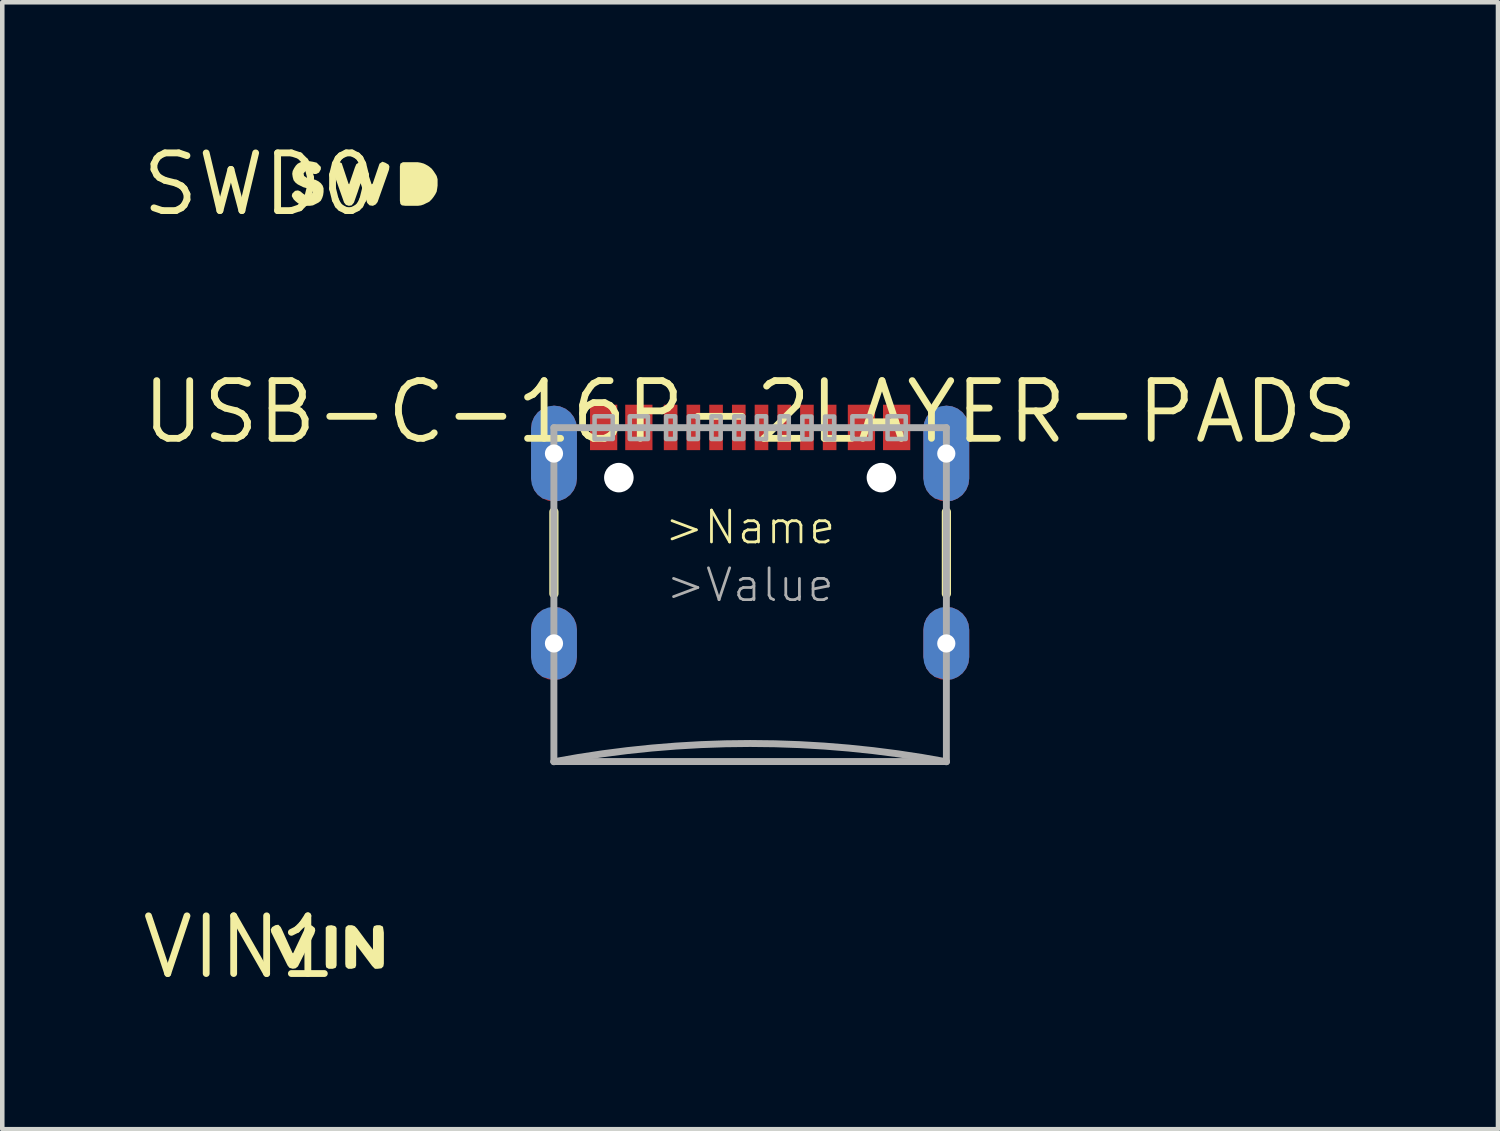
<source format=kicad_pcb>
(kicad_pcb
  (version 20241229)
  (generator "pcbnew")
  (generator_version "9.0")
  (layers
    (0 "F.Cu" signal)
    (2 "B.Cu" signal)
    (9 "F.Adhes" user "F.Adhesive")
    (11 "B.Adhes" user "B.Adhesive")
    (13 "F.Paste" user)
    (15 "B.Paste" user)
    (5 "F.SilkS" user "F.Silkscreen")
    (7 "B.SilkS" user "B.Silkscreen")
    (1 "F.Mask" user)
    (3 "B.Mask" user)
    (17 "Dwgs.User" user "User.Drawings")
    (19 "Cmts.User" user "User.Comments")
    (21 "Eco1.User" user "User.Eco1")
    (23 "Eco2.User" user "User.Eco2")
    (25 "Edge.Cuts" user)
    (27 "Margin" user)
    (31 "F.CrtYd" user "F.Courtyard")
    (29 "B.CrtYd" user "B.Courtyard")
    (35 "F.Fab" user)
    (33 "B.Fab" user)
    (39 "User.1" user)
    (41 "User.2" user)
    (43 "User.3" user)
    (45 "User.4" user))
  (footprint "USB-C-16P-2LAYER-PADS"
    (layer "F.Cu")
    (at 13.463 6.019)
    (property "Reference" "USB-C-16P-2LAYER-PADS" (at 0 0 0) (layer "F.SilkS") (effects (font (size 1.27 1.27) (thickness 0.15))))
    (fp_poly (pts (xy -4.187 -0.123) (xy -4.065 -0.072) (xy -3.961 0.008) (xy -3.881 0.112) (xy -3.83 0.234) (xy -3.813 0.365) (xy -3.813 1.465) (xy -3.83 1.596) (xy -3.881 1.718) (xy -3.961 1.822) (xy -4.065 1.902) (xy -4.187 1.953) (xy -4.318 1.97) (xy -4.449 1.953) (xy -4.571 1.902) (xy -4.675 1.822) (xy -4.756 1.717) (xy -4.823 1.466) (xy -4.823 0.365) (xy -4.806 0.234) (xy -4.755 0.112) (xy -4.675 0.008) (xy -4.57 -0.073) (xy -4.318 -0.14)) (stroke (width 0) (type solid)) (fill yes) (layer "F.Cu"))
    (fp_poly (pts (xy -4.187 4.307) (xy -4.065 4.358) (xy -3.961 4.438) (xy -3.881 4.542) (xy -3.83 4.664) (xy -3.813 4.795) (xy -3.813 5.395) (xy -3.83 5.526) (xy -3.881 5.648) (xy -3.961 5.752) (xy -4.065 5.832) (xy -4.187 5.883) (xy -4.318 5.9) (xy -4.449 5.883) (xy -4.571 5.832) (xy -4.675 5.752) (xy -4.756 5.647) (xy -4.823 5.396) (xy -4.823 4.795) (xy -4.806 4.664) (xy -4.755 4.542) (xy -4.675 4.438) (xy -4.57 4.357) (xy -4.318 4.29)) (stroke (width 0) (type solid)) (fill yes) (layer "F.Cu"))
    (fp_poly (pts (xy 4.449 -0.123) (xy 4.571 -0.072) (xy 4.675 0.008) (xy 4.755 0.112) (xy 4.806 0.234) (xy 4.823 0.365) (xy 4.823 1.465) (xy 4.806 1.596) (xy 4.755 1.718) (xy 4.675 1.822) (xy 4.571 1.902) (xy 4.449 1.953) (xy 4.318 1.97) (xy 4.187 1.953) (xy 4.065 1.902) (xy 3.961 1.822) (xy 3.88 1.717) (xy 3.813 1.466) (xy 3.813 0.365) (xy 3.83 0.234) (xy 3.881 0.112) (xy 3.961 0.008) (xy 4.066 -0.073) (xy 4.318 -0.14)) (stroke (width 0) (type solid)) (fill yes) (layer "F.Cu"))
    (fp_poly (pts (xy 4.449 4.307) (xy 4.571 4.358) (xy 4.675 4.438) (xy 4.755 4.542) (xy 4.806 4.664) (xy 4.823 4.795) (xy 4.823 5.395) (xy 4.806 5.526) (xy 4.755 5.648) (xy 4.675 5.752) (xy 4.571 5.832) (xy 4.449 5.883) (xy 4.318 5.9) (xy 4.187 5.883) (xy 4.065 5.832) (xy 3.961 5.752) (xy 3.88 5.647) (xy 3.813 5.396) (xy 3.813 4.795) (xy 3.83 4.664) (xy 3.881 4.542) (xy 3.961 4.438) (xy 4.066 4.357) (xy 4.318 4.29)) (stroke (width 0) (type solid)) (fill yes) (layer "F.Cu"))
    (fp_poly (pts (xy -4.169 -0.226) (xy -4.026 -0.173) (xy -3.902 -0.085) (xy -3.804 0.032) (xy -3.741 0.17) (xy -3.715 0.32) (xy -3.715 1.52) (xy -3.742 1.669) (xy -3.806 1.805) (xy -3.904 1.92) (xy -4.028 2.007) (xy -4.17 2.058) (xy -4.32 2.07) (xy -4.47 2.058) (xy -4.612 2.007) (xy -4.736 1.92) (xy -4.834 1.805) (xy -4.925 1.521) (xy -4.925 0.32) (xy -4.899 0.17) (xy -4.836 0.032) (xy -4.738 -0.085) (xy -4.614 -0.174) (xy -4.32 -0.24)) (stroke (width 0) (type solid)) (fill yes) (layer "F.Mask"))
    (fp_poly (pts (xy -4.163 4.211) (xy -4.017 4.273) (xy -3.891 4.37) (xy -3.795 4.496) (xy -3.735 4.643) (xy -3.715 4.8) (xy -3.715 5.4) (xy -3.736 5.556) (xy -3.797 5.701) (xy -3.893 5.825) (xy -4.018 5.921) (xy -4.164 5.98) (xy -4.32 6) (xy -4.476 5.98) (xy -4.622 5.921) (xy -4.747 5.825) (xy -4.843 5.701) (xy -4.925 5.401) (xy -4.925 4.8) (xy -4.905 4.643) (xy -4.845 4.496) (xy -4.749 4.37) (xy -4.623 4.272) (xy -4.32 4.19)) (stroke (width 0) (type solid)) (fill yes) (layer "F.Mask"))
    (fp_poly (pts (xy 4.471 -0.226) (xy 4.614 -0.173) (xy 4.738 -0.085) (xy 4.836 0.032) (xy 4.899 0.17) (xy 4.925 0.32) (xy 4.925 1.52) (xy 4.898 1.669) (xy 4.834 1.805) (xy 4.736 1.92) (xy 4.612 2.007) (xy 4.47 2.058) (xy 4.32 2.07) (xy 4.17 2.058) (xy 4.028 2.007) (xy 3.904 1.92) (xy 3.806 1.805) (xy 3.715 1.521) (xy 3.715 0.32) (xy 3.741 0.17) (xy 3.804 0.032) (xy 3.902 -0.085) (xy 4.026 -0.174) (xy 4.32 -0.24)) (stroke (width 0) (type solid)) (fill yes) (layer "F.Mask"))
    (fp_poly (pts (xy 4.477 4.211) (xy 4.623 4.273) (xy 4.749 4.37) (xy 4.845 4.496) (xy 4.905 4.643) (xy 4.925 4.8) (xy 4.925 5.4) (xy 4.904 5.556) (xy 4.843 5.701) (xy 4.747 5.825) (xy 4.622 5.921) (xy 4.476 5.98) (xy 4.32 6) (xy 4.164 5.98) (xy 4.018 5.921) (xy 3.893 5.825) (xy 3.797 5.701) (xy 3.715 5.401) (xy 3.715 4.8) (xy 3.735 4.643) (xy 3.795 4.496) (xy 3.891 4.37) (xy 4.017 4.272) (xy 4.32 4.19)) (stroke (width 0) (type solid)) (fill yes) (layer "F.Mask"))
    (fp_poly (pts (xy -4.187 -0.123) (xy -4.065 -0.072) (xy -3.961 0.008) (xy -3.881 0.112) (xy -3.83 0.234) (xy -3.813 0.365) (xy -3.813 1.465) (xy -3.83 1.596) (xy -3.881 1.718) (xy -3.961 1.822) (xy -4.065 1.902) (xy -4.187 1.953) (xy -4.318 1.97) (xy -4.57 1.903) (xy -4.675 1.822) (xy -4.755 1.718) (xy -4.806 1.596) (xy -4.823 1.465) (xy -4.823 0.365) (xy -4.806 0.234) (xy -4.755 0.112) (xy -4.675 0.008) (xy -4.571 -0.072) (xy -4.449 -0.123) (xy -4.318 -0.14)) (stroke (width 0) (type solid)) (fill yes) (layer "B.Cu"))
    (fp_poly (pts (xy -4.187 4.307) (xy -4.065 4.358) (xy -3.961 4.438) (xy -3.881 4.542) (xy -3.83 4.664) (xy -3.813 4.795) (xy -3.813 5.395) (xy -3.83 5.526) (xy -3.881 5.648) (xy -3.961 5.752) (xy -4.065 5.832) (xy -4.187 5.883) (xy -4.318 5.9) (xy -4.57 5.833) (xy -4.675 5.752) (xy -4.755 5.648) (xy -4.806 5.526) (xy -4.823 5.395) (xy -4.823 4.795) (xy -4.806 4.664) (xy -4.755 4.542) (xy -4.675 4.438) (xy -4.571 4.358) (xy -4.449 4.307) (xy -4.318 4.29)) (stroke (width 0) (type solid)) (fill yes) (layer "B.Cu"))
    (fp_poly (pts (xy 4.449 -0.123) (xy 4.571 -0.072) (xy 4.675 0.008) (xy 4.755 0.112) (xy 4.806 0.234) (xy 4.823 0.365) (xy 4.823 1.465) (xy 4.806 1.596) (xy 4.755 1.718) (xy 4.675 1.822) (xy 4.571 1.902) (xy 4.449 1.953) (xy 4.318 1.97) (xy 4.066 1.903) (xy 3.961 1.822) (xy 3.881 1.718) (xy 3.83 1.596) (xy 3.813 1.465) (xy 3.813 0.365) (xy 3.83 0.234) (xy 3.881 0.112) (xy 3.961 0.008) (xy 4.065 -0.072) (xy 4.187 -0.123) (xy 4.318 -0.14)) (stroke (width 0) (type solid)) (fill yes) (layer "B.Cu"))
    (fp_poly (pts (xy 4.449 4.307) (xy 4.571 4.358) (xy 4.675 4.438) (xy 4.755 4.542) (xy 4.806 4.664) (xy 4.823 4.795) (xy 4.823 5.395) (xy 4.806 5.526) (xy 4.755 5.648) (xy 4.675 5.752) (xy 4.571 5.832) (xy 4.449 5.883) (xy 4.318 5.9) (xy 4.066 5.833) (xy 3.961 5.752) (xy 3.881 5.648) (xy 3.83 5.526) (xy 3.813 5.395) (xy 3.813 4.795) (xy 3.83 4.664) (xy 3.881 4.542) (xy 3.961 4.438) (xy 4.065 4.358) (xy 4.187 4.307) (xy 4.318 4.29)) (stroke (width 0) (type solid)) (fill yes) (layer "B.Cu"))
    (fp_line (start -4.32 2.2) (end -4.32 4) (stroke (width 0.203) (type solid)) (layer "F.SilkS"))
    (fp_line (start 4.32 2.2) (end 4.32 4) (stroke (width 0.203) (type solid)) (layer "F.SilkS"))
    (fp_poly (pts (xy -4.219 -0.146) (xy -4.094 -0.103) (xy -3.984 -0.029) (xy -3.898 0.071) (xy -3.84 0.19) (xy -3.815 0.32) (xy -3.815 1.521) (xy -3.854 1.668) (xy -3.937 1.796) (xy -4.056 1.892) (xy -4.35 1.955) (xy -4.491 1.939) (xy -4.621 1.88) (xy -4.727 1.784) (xy -4.825 1.521) (xy -4.825 0.32) (xy -4.802 0.173) (xy -4.734 0.041) (xy -4.629 -0.065) (xy -4.351 -0.155)) (stroke (width 0) (type solid)) (fill yes) (layer "F.Paste"))
    (fp_poly (pts (xy -4.147 4.322) (xy -4.011 4.395) (xy -3.903 4.507) (xy -3.815 4.799) (xy -3.815 5.4) (xy -3.836 5.553) (xy -3.904 5.693) (xy -4.011 5.805) (xy -4.299 5.905) (xy -4.434 5.89) (xy -4.559 5.841) (xy -4.667 5.761) (xy -4.751 5.656) (xy -4.825 5.401) (xy -4.825 4.8) (xy -4.805 4.667) (xy -4.751 4.544) (xy -4.667 4.439) (xy -4.559 4.359) (xy -4.3 4.295)) (stroke (width 0) (type solid)) (fill yes) (layer "F.Paste"))
    (fp_poly (pts (xy 4.43 -0.145) (xy 4.553 -0.101) (xy 4.661 -0.026) (xy 4.745 0.073) (xy 4.801 0.191) (xy 4.825 0.32) (xy 4.825 1.521) (xy 4.787 1.667) (xy 4.707 1.794) (xy 4.59 1.89) (xy 4.3 1.955) (xy 4.164 1.949) (xy 4.035 1.902) (xy 3.927 1.816) (xy 3.815 1.571) (xy 3.815 0.37) (xy 3.827 0.239) (xy 3.873 0.115) (xy 3.949 0.007) (xy 4.05 -0.077) (xy 4.299 -0.155)) (stroke (width 0) (type solid)) (fill yes) (layer "F.Paste"))
    (fp_poly (pts (xy 4.434 4.31) (xy 4.559 4.359) (xy 4.667 4.439) (xy 4.751 4.544) (xy 4.805 4.667) (xy 4.825 4.8) (xy 4.825 5.4) (xy 4.806 5.552) (xy 4.74 5.691) (xy 4.635 5.803) (xy 4.351 5.905) (xy 4.221 5.899) (xy 4.097 5.859) (xy 3.989 5.789) (xy 3.901 5.692) (xy 3.815 5.451) (xy 3.815 4.85) (xy 3.824 4.715) (xy 3.867 4.586) (xy 3.942 4.472) (xy 4.045 4.382) (xy 4.299 4.295)) (stroke (width 0) (type solid)) (fill yes) (layer "F.Paste"))
    (fp_line (start -4.32 0.345) (end -4.32 1.965) (stroke (width 0.01) (type solid)) (layer "F.Fab"))
    (fp_line (start -4.32 0.345) (end 4.32 0.345) (stroke (width 0.152) (type solid)) (layer "F.Fab"))
    (fp_line (start -4.32 4.295) (end -4.32 5.895) (stroke (width 0.01) (type solid)) (layer "F.Fab"))
    (fp_line (start -4.32 7.695) (end -4.32 0.345) (stroke (width 0.152) (type solid)) (layer "F.Fab"))
    (fp_line (start -4.32 7.695) (end 4.32 7.695) (stroke (width 0.152) (type solid)) (layer "F.Fab"))
    (fp_line (start 4.32 0.345) (end 4.32 1.965) (stroke (width 0.01) (type solid)) (layer "F.Fab"))
    (fp_line (start 4.32 0.345) (end 4.32 7.695) (stroke (width 0.152) (type solid)) (layer "F.Fab"))
    (fp_line (start 4.32 4.295) (end 4.32 5.895) (stroke (width 0.01) (type solid)) (layer "F.Fab"))
    (fp_arc (start -4.32 7.7) (mid 0 7.297675) (end 4.32 7.7) (stroke (width 0.1524) (type solid)) (layer "F.Fab"))
    (fp_poly (pts (xy -3.425 0.595) (xy -3.025 0.595) (xy -3.025 0.095) (xy -3.425 0.095)) (stroke (width 0.1) (type solid)) (fill no) (layer "F.Fab"))
    (fp_poly (pts (xy -2.65 0.595) (xy -2.25 0.595) (xy -2.25 0.095) (xy -2.65 0.095)) (stroke (width 0.1) (type solid)) (fill no) (layer "F.Fab"))
    (fp_poly (pts (xy -1.85 0.595) (xy -1.65 0.595) (xy -1.65 0.095) (xy -1.85 0.095)) (stroke (width 0.1) (type solid)) (fill no) (layer "F.Fab"))
    (fp_poly (pts (xy -1.35 0.595) (xy -1.15 0.595) (xy -1.15 0.095) (xy -1.35 0.095)) (stroke (width 0.1) (type solid)) (fill no) (layer "F.Fab"))
    (fp_poly (pts (xy -0.85 0.595) (xy -0.65 0.595) (xy -0.65 0.095) (xy -0.85 0.095)) (stroke (width 0.1) (type solid)) (fill no) (layer "F.Fab"))
    (fp_poly (pts (xy -0.35 0.595) (xy -0.15 0.595) (xy -0.15 0.095) (xy -0.35 0.095)) (stroke (width 0.1) (type solid)) (fill no) (layer "F.Fab"))
    (fp_poly (pts (xy 0.15 0.595) (xy 0.35 0.595) (xy 0.35 0.095) (xy 0.15 0.095)) (stroke (width 0.1) (type solid)) (fill no) (layer "F.Fab"))
    (fp_poly (pts (xy 0.65 0.595) (xy 0.85 0.595) (xy 0.85 0.095) (xy 0.65 0.095)) (stroke (width 0.1) (type solid)) (fill no) (layer "F.Fab"))
    (fp_poly (pts (xy 1.15 0.6) (xy 1.35 0.6) (xy 1.35 0.1) (xy 1.15 0.1)) (stroke (width 0.1) (type solid)) (fill no) (layer "F.Fab"))
    (fp_poly (pts (xy 1.65 0.6) (xy 1.85 0.6) (xy 1.85 0.1) (xy 1.65 0.1)) (stroke (width 0.1) (type solid)) (fill no) (layer "F.Fab"))
    (fp_poly (pts (xy 2.25 0.595) (xy 2.65 0.595) (xy 2.65 0.095) (xy 2.25 0.095)) (stroke (width 0.1) (type solid)) (fill no) (layer "F.Fab"))
    (fp_poly (pts (xy 3.025 0.595) (xy 3.425 0.595) (xy 3.425 0.095) (xy 3.025 0.095)) (stroke (width 0.1) (type solid)) (fill no) (layer "F.Fab"))
    (fp_text user ">Name" (at 0 2.54 0) (layer "F.SilkS") (effects (font (size 0.701 0.701) (thickness 0.061))))
    (fp_text user ">Value" (at 0 3.81 0) (layer "F.Fab") (effects (font (size 0.701 0.701) (thickness 0.061))))
    (pad "" np_thru_hole circle (at -2.89 1.445) (size 0.65 0.65) (drill 0.65) (layers "*.Cu" "*.Mask"))
    (pad "" np_thru_hole circle (at 2.89 1.445) (size 0.65 0.65) (drill 0.65) (layers "*.Cu" "*.Mask"))
    (pad "A5" smd rect (at -1.25 0.34 180) (size 0.3 1) (layers "F.Cu" "F.Mask" "F.Paste"))
    (pad "A6" smd rect (at -0.25 0.34 180) (size 0.3 1) (layers "F.Cu" "F.Mask" "F.Paste"))
    (pad "A7" smd rect (at 0.25 0.34) (size 0.3 1) (layers "F.Cu" "F.Mask" "F.Paste"))
    (pad "A8" smd rect (at 1.25 0.34) (size 0.3 1) (layers "F.Cu" "F.Mask" "F.Paste"))
    (pad "B5" smd rect (at 1.75 0.34) (size 0.3 1) (layers "F.Cu" "F.Mask" "F.Paste"))
    (pad "B6" smd rect (at 0.75 0.34) (size 0.3 1) (layers "F.Cu" "F.Mask" "F.Paste"))
    (pad "B7" smd rect (at -0.75 0.34 180) (size 0.3 1) (layers "F.Cu" "F.Mask" "F.Paste"))
    (pad "B8" smd rect (at -1.75 0.34 180) (size 0.3 1) (layers "F.Cu" "F.Mask" "F.Paste"))
    (pad "GND" smd rect (at -3.225 0.34 180) (size 0.6 1) (layers "F.Cu" "F.Mask" "F.Paste"))
    (pad "GND2" smd rect (at 3.225 0.34) (size 0.6 1) (layers "F.Cu" "F.Mask" "F.Paste"))
    (pad "SHLD1" thru_hole oval (at -4.318 0.915 90) (size 1.2 0.6) (drill 0.4) (layers "*.Cu"))
    (pad "SHLD2" thru_hole oval (at 4.318 0.915 90) (size 1.2 0.6) (drill 0.4) (layers "*.Cu"))
    (pad "SHLD3" thru_hole oval (at -4.318 5.095 90) (size 1.2 0.6) (drill 0.4) (layers "*.Cu"))
    (pad "SHLD4" thru_hole oval (at 4.318 5.095 90) (size 1.2 0.6) (drill 0.4) (layers "*.Cu"))
    (pad "VBUS1" smd rect (at -2.45 0.34 180) (size 0.6 1) (layers "F.Cu" "F.Mask" "F.Paste"))
    (pad "VBUS2" smd rect (at 2.45 0.34) (size 0.6 1) (layers "F.Cu" "F.Mask" "F.Paste")))
  (footprint "SWD0"
    (layer "F.Cu")
    (at 2.668 1.006)
    (property "Reference" "SWD0" (at 0 0 0) (layer "F.SilkS") (effects (font (size 1.27 1.27) (thickness 0.15))))
    (fp_poly (pts (xy 3.541 -0.475) (xy 3.612 -0.455) (xy 3.672 -0.424) (xy 3.723 -0.394) (xy 3.784 -0.344) (xy 3.824 -0.293) (xy 3.864 -0.233) (xy 3.895 -0.182) (xy 3.915 -0.111) (xy 3.915 0.03) (xy 3.905 0.101) (xy 3.895 0.162) (xy 3.864 0.223) (xy 3.824 0.283) (xy 3.784 0.333) (xy 3.733 0.384) (xy 3.672 0.414) (xy 3.616 0.442) (xy 3.617 0.443) (xy 3.612 0.445) (xy 3.607 0.447) (xy 3.607 0.446) (xy 3.551 0.465) (xy 3.48 0.475) (xy 3.21 0.475) (xy 3.128 0.465) (xy 3.095 0.432) (xy 3.085 0.36) (xy 3.085 -0.39) (xy 3.095 -0.453) (xy 3.149 -0.485) (xy 3.48 -0.485)) (stroke (width 0) (type solid)) (fill yes) (layer "F.SilkS"))
    (fp_poly (pts (xy 2.762 -0.475) (xy 2.834 -0.434) (xy 2.855 -0.391) (xy 2.845 -0.319) (xy 2.594 0.392) (xy 2.553 0.444) (xy 2.491 0.475) (xy 2.418 0.465) (xy 2.366 0.413) (xy 2.345 0.352) (xy 2.22 -0.024) (xy 2.155 0.172) (xy 2.074 0.403) (xy 2.023 0.465) (xy 1.96 0.475) (xy 1.897 0.454) (xy 1.856 0.402) (xy 1.605 -0.308) (xy 1.585 -0.38) (xy 1.606 -0.433) (xy 1.668 -0.475) (xy 1.74 -0.495) (xy 1.804 -0.464) (xy 1.954 -0.013) (xy 1.968 0.001) (xy 2.095 -0.372) (xy 2.126 -0.443) (xy 2.178 -0.475) (xy 2.251 -0.485) (xy 2.314 -0.443) (xy 2.335 -0.382) (xy 2.463 0.002) (xy 2.486 -0.013) (xy 2.636 -0.453) (xy 2.699 -0.496)) (stroke (width 0) (type solid)) (fill yes) (layer "F.SilkS"))
    (fp_poly (pts (xy 1.111 -0.505) (xy 1.171 -0.495) (xy 1.253 -0.475) (xy 1.294 -0.434) (xy 1.345 -0.382) (xy 1.345 -0.329) (xy 1.304 -0.256) (xy 1.241 -0.225) (xy 1.188 -0.225) (xy 1.128 -0.276) (xy 1.07 -0.295) (xy 1.003 -0.285) (xy 0.965 -0.239) (xy 0.975 -0.183) (xy 1.032 -0.145) (xy 1.161 -0.115) (xy 1.232 -0.095) (xy 1.293 -0.064) (xy 1.344 -0.024) (xy 1.384 0.028) (xy 1.405 0.089) (xy 1.405 0.17) (xy 1.395 0.241) (xy 1.375 0.302) (xy 1.344 0.363) (xy 1.293 0.404) (xy 1.172 0.465) (xy 1.1 0.475) (xy 0.969 0.475) (xy 0.898 0.455) (xy 0.837 0.414) (xy 0.787 0.374) (xy 0.746 0.333) (xy 0.705 0.261) (xy 0.715 0.208) (xy 0.778 0.145) (xy 0.841 0.135) (xy 0.893 0.156) (xy 0.953 0.206) (xy 1.012 0.245) (xy 1.079 0.255) (xy 1.136 0.226) (xy 1.165 0.179) (xy 1.146 0.123) (xy 1.098 0.095) (xy 1.029 0.085) (xy 0.958 0.065) (xy 0.837 0.004) (xy 0.786 -0.036) (xy 0.745 -0.088) (xy 0.725 -0.159) (xy 0.715 -0.23) (xy 0.725 -0.292) (xy 0.756 -0.353) (xy 0.796 -0.413) (xy 0.837 -0.454) (xy 0.898 -0.485) (xy 0.959 -0.505) (xy 1.04 -0.515)) (stroke (width 0) (type solid)) (fill yes) (layer "F.SilkS")))
  (footprint "VIN1"
    (layer "F.Cu")
    (at 2.215 17.801)
    (property "Reference" "VIN1" (at 0 0 0) (layer "F.SilkS") (effects (font (size 1.27 1.27) (thickness 0.15))))
    (fp_poly (pts (xy 2.113 -0.464) (xy 2.145 -0.422) (xy 2.145 0.401) (xy 2.124 0.454) (xy 2.061 0.475) (xy 1.969 0.475) (xy 1.915 0.443) (xy 1.905 0.38) (xy 1.905 -0.432) (xy 1.948 -0.475) (xy 2.03 -0.485)) (stroke (width 0) (type solid)) (fill yes) (layer "F.SilkS"))
    (fp_poly (pts (xy 0.914 -0.443) (xy 0.935 -0.402) (xy 1.174 0.126) (xy 1.188 0.133) (xy 1.476 -0.474) (xy 1.53 -0.495) (xy 1.602 -0.475) (xy 1.665 -0.423) (xy 1.675 -0.37) (xy 1.655 -0.298) (xy 1.294 0.423) (xy 1.242 0.465) (xy 1.18 0.475) (xy 1.107 0.454) (xy 1.066 0.403) (xy 0.705 -0.328) (xy 0.695 -0.391) (xy 0.726 -0.444) (xy 0.798 -0.485) (xy 0.862 -0.495)) (stroke (width 0) (type solid)) (fill yes) (layer "F.SilkS"))
    (fp_poly (pts (xy 2.543 -0.464) (xy 2.594 -0.413) (xy 2.794 -0.143) (xy 2.945 0.055) (xy 2.945 -0.401) (xy 2.966 -0.464) (xy 3.029 -0.485) (xy 3.101 -0.485) (xy 3.165 -0.453) (xy 3.175 -0.391) (xy 3.185 -0.32) (xy 3.185 0.36) (xy 3.175 0.422) (xy 3.132 0.465) (xy 3.05 0.475) (xy 2.988 0.475) (xy 2.926 0.413) (xy 2.575 -0.055) (xy 2.575 0.401) (xy 2.554 0.454) (xy 2.481 0.475) (xy 2.398 0.475) (xy 2.345 0.433) (xy 2.335 0.37) (xy 2.335 -0.37) (xy 2.345 -0.443) (xy 2.398 -0.485) (xy 2.481 -0.485)) (stroke (width 0) (type solid)) (fill yes) (layer "F.SilkS")))
  (gr_rect
    (start -3 -3)
    (end 29.926 21.807)
    (stroke (width 0.1) (type default))
    (fill no)
    (layer "Edge.Cuts")))
</source>
